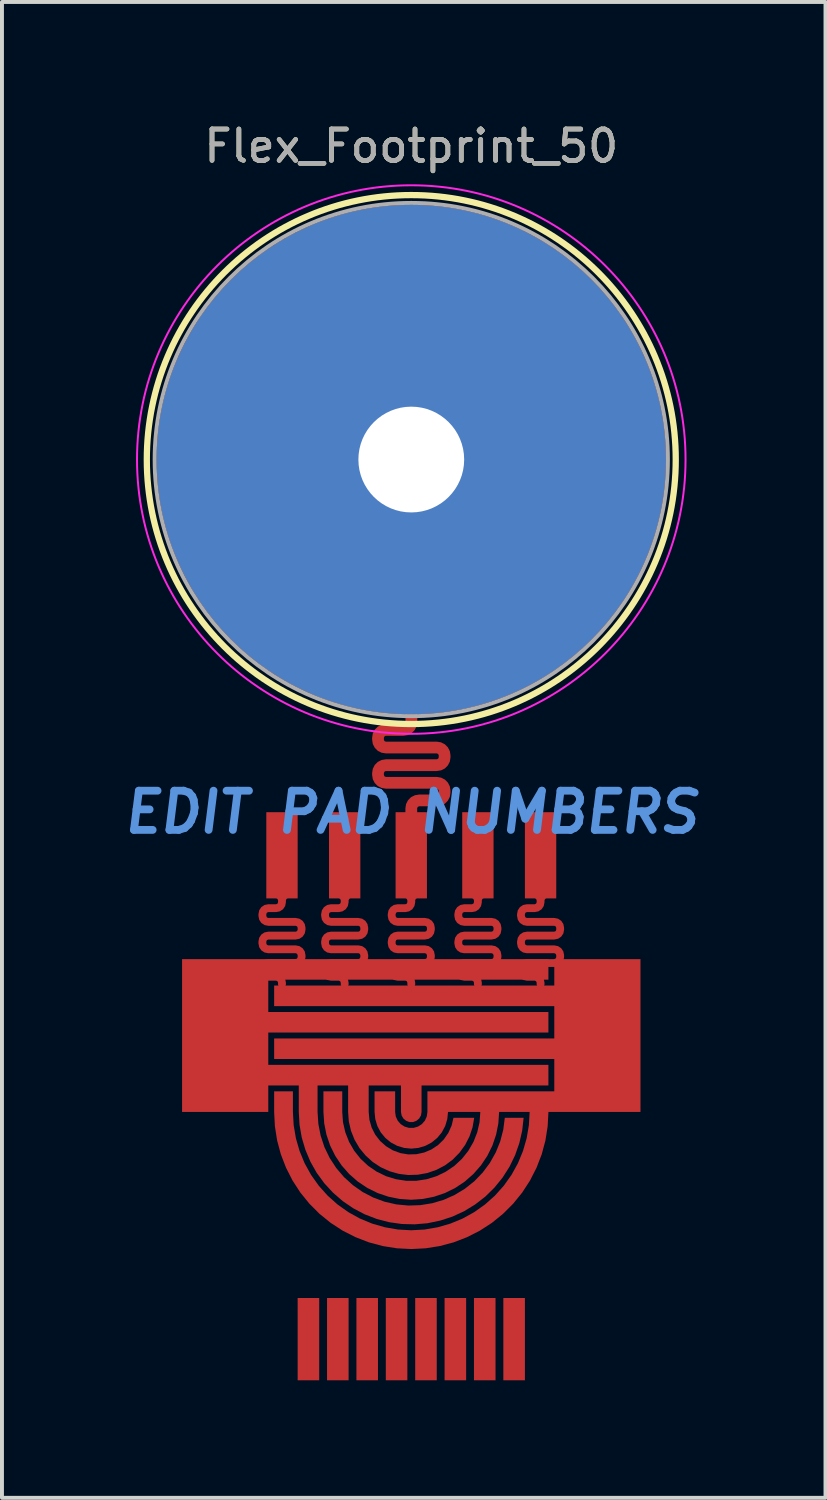
<source format=kicad_pcb>
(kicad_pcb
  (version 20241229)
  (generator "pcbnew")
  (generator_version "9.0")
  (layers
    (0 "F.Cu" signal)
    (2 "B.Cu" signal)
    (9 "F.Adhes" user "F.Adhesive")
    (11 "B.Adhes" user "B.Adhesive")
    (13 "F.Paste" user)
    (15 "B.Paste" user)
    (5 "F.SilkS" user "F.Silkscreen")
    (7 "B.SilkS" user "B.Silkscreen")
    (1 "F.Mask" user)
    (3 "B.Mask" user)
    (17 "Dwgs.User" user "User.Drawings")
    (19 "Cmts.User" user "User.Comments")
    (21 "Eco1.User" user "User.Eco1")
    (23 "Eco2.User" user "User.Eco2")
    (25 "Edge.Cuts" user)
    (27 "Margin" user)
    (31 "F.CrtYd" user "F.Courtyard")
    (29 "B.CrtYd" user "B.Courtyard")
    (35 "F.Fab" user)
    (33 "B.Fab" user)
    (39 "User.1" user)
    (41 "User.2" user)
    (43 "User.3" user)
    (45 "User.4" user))
  (footprint "Flex_Footprint_50"
    (layer "F.Cu")
    (at 7.447 8.679)
    (property "Reference" "Flex_Footprint_50" (at 0 -8 0) (layer "F.SilkS") (effects (font (size 0.8 0.8) (thickness 0.12))))
    (attr through_hole)
    (fp_circle (center 0 0) (end -6.75 0) (stroke (width 0.16) (type solid)) (fill no) (layer "F.SilkS"))
    (fp_circle (center 0 0) (end -7 0) (stroke (width 0.05) (type solid)) (fill no) (layer "F.CrtYd"))
    (fp_circle (center 0 0) (end -6.55 0) (stroke (width 0.1) (type solid)) (fill no) (layer "F.Fab"))
    (fp_text user "EDIT PAD NUMBERS" (at 0 9 0) (layer "Cmts.User") (effects (font (size 1 1) (thickness 0.2) (italic yes))))
    (fp_text user "${REFERENCE}" (at 0 -8 0) (layer "F.Fab") (effects (font (size 0.8 0.8) (thickness 0.12))))
    (pad "#" smd custom (at -4.85 13.75) (size 0.2 0.2) (layers "F.Cu" "F.Mask") (options (anchor circle)) (primitives (gr_poly (pts (xy 8.35 -0.475) (xy 1.2 -0.475) (xy 1.2 0.35) (xy 8.35 0.35) (xy 8.35 0.875) (xy 1.2 0.875) (xy 1.2 1.7) (xy 8.35 1.7) (xy 8.35 2.225) (xy 5.112 2.225) (xy 5.112 2.9) (xy 5.097 2.99) (xy 5.051 3.069) (xy 4.981 3.127) (xy 4.896 3.159) (xy 4.804 3.159) (xy 4.719 3.127) (xy 4.649 3.069) (xy 4.603 2.99) (xy 4.587 2.9) (xy 4.587 2.225) (xy 3.763 2.225) (xy 3.763 2.9) (xy 3.782 3.103) (xy 3.838 3.299) (xy 3.93 3.481) (xy 4.055 3.642) (xy 4.207 3.777) (xy 4.382 3.882) (xy 4.574 3.952) (xy 4.775 3.985) (xy 4.979 3.98) (xy 5.178 3.937) (xy 5.366 3.858) (xy 5.535 3.745) (xy 5.681 3.602) (xy 5.797 3.434) (xy 5.88 3.248) (xy 5.927 3.05) (xy 6.456 3.05) (xy 6.414 3.292) (xy 6.336 3.525) (xy 6.224 3.743) (xy 6.08 3.942) (xy 5.908 4.117) (xy 5.711 4.264) (xy 5.494 4.378) (xy 5.262 4.459) (xy 5.02 4.503) (xy 4.775 4.511) (xy 4.531 4.481) (xy 4.295 4.414) (xy 4.071 4.312) (xy 3.866 4.178) (xy 3.684 4.013) (xy 3.528 3.823) (xy 3.403 3.612) (xy 3.312 3.384) (xy 3.256 3.145) (xy 3.238 2.9) (xy 3.238 2.225) (xy 2.458 2.225) (xy 2.458 2.9) (xy 2.478 3.206) (xy 2.537 3.507) (xy 2.633 3.798) (xy 2.766 4.074) (xy 2.934 4.331) (xy 3.133 4.564) (xy 3.36 4.77) (xy 3.611 4.946) (xy 3.883 5.087) (xy 4.171 5.193) (xy 4.47 5.261) (xy 4.775 5.29) (xy 5.081 5.28) (xy 5.384 5.231) (xy 5.678 5.144) (xy 5.958 5.019) (xy 6.22 4.86) (xy 6.46 4.669) (xy 6.673 4.448) (xy 6.856 4.202) (xy 7.006 3.935) (xy 7.121 3.651) (xy 7.198 3.354) (xy 7.237 3.05) (xy 7.717 3.05) (xy 7.681 3.376) (xy 7.608 3.696) (xy 7.499 4.006) (xy 7.356 4.301) (xy 7.179 4.578) (xy 6.972 4.833) (xy 6.738 5.063) (xy 6.478 5.264) (xy 6.198 5.435) (xy 5.9 5.572) (xy 5.588 5.674) (xy 5.266 5.741) (xy 4.939 5.769) (xy 4.611 5.761) (xy 4.286 5.715) (xy 3.968 5.632) (xy 3.662 5.514) (xy 3.371 5.361) (xy 3.1 5.176) (xy 2.852 4.961) (xy 2.63 4.72) (xy 2.436 4.454) (xy 2.275 4.169) (xy 2.147 3.866) (xy 2.054 3.551) (xy 1.998 3.228) (xy 1.979 2.9) (xy 1.979 2.225) (xy 1.2 2.225) (xy 1.2 2.9) (xy -1 2.9) (xy -1 -1) (xy 8.35 -1)) (width 0) (fill yes))))
    (pad "#" smd custom (at -3.3 13.4) (size 0.1 0.1) (layers "F.Cu" "F.Mask") (options (anchor circle)) (primitives (gr_poly (pts (xy -0.15 -2.05) (xy -0.115 -2.065) (xy -0.1 -2.1) (xy -0.1 -2.15) (xy -0.115 -2.185) (xy -0.15 -2.2) (xy -0.4 -2.2) (xy -0.4 -4.4) (xy 0.4 -4.4) (xy 0.4 -2.2) (xy 0.15 -2.2) (xy 0.115 -2.185) (xy 0.1 -2.15) (xy 0.1 -2.1) (xy 0.081 -2.004) (xy 0.027 -1.923) (xy -0.054 -1.869) (xy -0.15 -1.85) (xy -0.35 -1.85) (xy -0.385 -1.835) (xy -0.4 -1.8) (xy -0.4 -1.75) (xy -0.385 -1.715) (xy -0.35 -1.7) (xy 0.35 -1.7) (xy 0.446 -1.681) (xy 0.527 -1.627) (xy 0.581 -1.546) (xy 0.6 -1.45) (xy 0.6 -1.4) (xy 0.581 -1.304) (xy 0.527 -1.223) (xy 0.446 -1.169) (xy 0.35 -1.15) (xy -0.35 -1.15) (xy -0.385 -1.135) (xy -0.4 -1.1) (xy -0.4 -1.05) (xy -0.385 -1.015) (xy -0.35 -1) (xy 0.35 -1) (xy 0.446 -0.981) (xy 0.527 -0.927) (xy 0.581 -0.846) (xy 0.6 -0.75) (xy 0.6 -0.7) (xy 0.581 -0.604) (xy 0.527 -0.523) (xy 0.446 -0.469) (xy 0.35 -0.45) (xy -0.35 -0.45) (xy -0.385 -0.435) (xy -0.4 -0.4) (xy -0.4 -0.35) (xy -0.385 -0.315) (xy -0.35 -0.3) (xy -0.15 -0.3) (xy -0.054 -0.281) (xy 0.027 -0.227) (xy 0.081 -0.146) (xy 0.1 -0.05) (xy 0.1 0) (xy 0.081 0.059) (xy 0.031 0.095) (xy -0.031 0.095) (xy -0.081 0.059) (xy -0.1 0) (xy -0.1 -0.05) (xy -0.115 -0.085) (xy -0.15 -0.1) (xy -0.35 -0.1) (xy -0.446 -0.119) (xy -0.527 -0.173) (xy -0.581 -0.254) (xy -0.6 -0.35) (xy -0.6 -0.4) (xy -0.581 -0.496) (xy -0.527 -0.577) (xy -0.446 -0.631) (xy -0.35 -0.65) (xy 0.35 -0.65) (xy 0.385 -0.665) (xy 0.4 -0.7) (xy 0.4 -0.75) (xy 0.385 -0.785) (xy 0.35 -0.8) (xy -0.35 -0.8) (xy -0.446 -0.819) (xy -0.527 -0.873) (xy -0.581 -0.954) (xy -0.6 -1.05) (xy -0.6 -1.1) (xy -0.581 -1.196) (xy -0.527 -1.277) (xy -0.446 -1.331) (xy -0.35 -1.35) (xy 0.35 -1.35) (xy 0.385 -1.365) (xy 0.4 -1.4) (xy 0.4 -1.45) (xy 0.385 -1.485) (xy 0.35 -1.5) (xy -0.35 -1.5) (xy -0.446 -1.519) (xy -0.527 -1.573) (xy -0.581 -1.654) (xy -0.6 -1.75) (xy -0.6 -1.8) (xy -0.581 -1.896) (xy -0.527 -1.977) (xy -0.446 -2.031) (xy -0.35 -2.05)) (width 0) (fill yes))))
    (pad "#" smd custom (at -2.625 22.45) (size 0.2 0.2) (layers "F.Cu" "F.Mask") (options (anchor circle)) (primitives (gr_poly (pts (xy -0.275 -1.05) (xy -0.275 1.05) (xy 0.275 1.05) (xy 0.275 -1.05)) (width 0) (fill yes))))
    (pad "#" smd custom (at -1.875 22.45) (size 0.2 0.2) (layers "F.Cu" "F.Mask") (options (anchor circle)) (primitives (gr_poly (pts (xy 0.275 -1.05) (xy 0.275 1.05) (xy -0.275 1.05) (xy -0.275 -1.05)) (width 0) (fill yes))))
    (pad "#" smd custom (at -1.7 13.4) (size 0.1 0.1) (layers "F.Cu" "F.Mask") (options (anchor circle)) (primitives (gr_poly (pts (xy -0.15 -2.05) (xy -0.115 -2.065) (xy -0.1 -2.1) (xy -0.1 -2.15) (xy -0.115 -2.185) (xy -0.15 -2.2) (xy -0.4 -2.2) (xy -0.4 -4.4) (xy 0.4 -4.4) (xy 0.4 -2.2) (xy 0.15 -2.2) (xy 0.115 -2.185) (xy 0.1 -2.15) (xy 0.1 -2.1) (xy 0.081 -2.004) (xy 0.027 -1.923) (xy -0.054 -1.869) (xy -0.15 -1.85) (xy -0.35 -1.85) (xy -0.385 -1.835) (xy -0.4 -1.8) (xy -0.4 -1.75) (xy -0.385 -1.715) (xy -0.35 -1.7) (xy 0.35 -1.7) (xy 0.446 -1.681) (xy 0.527 -1.627) (xy 0.581 -1.546) (xy 0.6 -1.45) (xy 0.6 -1.4) (xy 0.581 -1.304) (xy 0.527 -1.223) (xy 0.446 -1.169) (xy 0.35 -1.15) (xy -0.35 -1.15) (xy -0.385 -1.135) (xy -0.4 -1.1) (xy -0.4 -1.05) (xy -0.385 -1.015) (xy -0.35 -1) (xy 0.35 -1) (xy 0.446 -0.981) (xy 0.527 -0.927) (xy 0.581 -0.846) (xy 0.6 -0.75) (xy 0.6 -0.7) (xy 0.581 -0.604) (xy 0.527 -0.523) (xy 0.446 -0.469) (xy 0.35 -0.45) (xy -0.35 -0.45) (xy -0.385 -0.435) (xy -0.4 -0.4) (xy -0.4 -0.35) (xy -0.385 -0.315) (xy -0.35 -0.3) (xy -0.15 -0.3) (xy -0.054 -0.281) (xy 0.027 -0.227) (xy 0.081 -0.146) (xy 0.1 -0.05) (xy 0.1 0) (xy 0.081 0.059) (xy 0.031 0.095) (xy -0.031 0.095) (xy -0.081 0.059) (xy -0.1 0) (xy -0.1 -0.05) (xy -0.115 -0.085) (xy -0.15 -0.1) (xy -0.35 -0.1) (xy -0.446 -0.119) (xy -0.527 -0.173) (xy -0.581 -0.254) (xy -0.6 -0.35) (xy -0.6 -0.4) (xy -0.581 -0.496) (xy -0.527 -0.577) (xy -0.446 -0.631) (xy -0.35 -0.65) (xy 0.35 -0.65) (xy 0.385 -0.665) (xy 0.4 -0.7) (xy 0.4 -0.75) (xy 0.385 -0.785) (xy 0.35 -0.8) (xy -0.35 -0.8) (xy -0.446 -0.819) (xy -0.527 -0.873) (xy -0.581 -0.954) (xy -0.6 -1.05) (xy -0.6 -1.1) (xy -0.581 -1.196) (xy -0.527 -1.277) (xy -0.446 -1.331) (xy -0.35 -1.35) (xy 0.35 -1.35) (xy 0.385 -1.365) (xy 0.4 -1.4) (xy 0.4 -1.45) (xy 0.385 -1.485) (xy 0.35 -1.5) (xy -0.35 -1.5) (xy -0.446 -1.519) (xy -0.527 -1.573) (xy -0.581 -1.654) (xy -0.6 -1.75) (xy -0.6 -1.8) (xy -0.581 -1.896) (xy -0.527 -1.977) (xy -0.446 -2.031) (xy -0.35 -2.05)) (width 0) (fill yes))))
    (pad "#" smd custom (at -1.125 22.45) (size 0.2 0.2) (layers "F.Cu" "F.Mask") (options (anchor circle)) (primitives (gr_poly (pts (xy 0.275 -1.05) (xy 0.275 1.05) (xy -0.275 1.05) (xy -0.275 -1.05)) (width 0) (fill yes))))
    (pad "#" smd custom (at -0.375 22.45) (size 0.2 0.2) (layers "F.Cu" "F.Mask") (options (anchor circle)) (primitives (gr_poly (pts (xy 0.275 1.05) (xy -0.275 1.05) (xy -0.275 -1.05) (xy 0.275 -1.05)) (width 0) (fill yes))))
    (pad "#" thru_hole circle (at 0 0) (size 13 13) (drill 2.7) (layers "*.Cu" "*.Mask"))
    (pad "#" smd custom (at 0 9.033) (size 0.073 0.073) (layers "F.Cu" "F.Mask") (options (anchor circle)) (primitives (gr_poly (pts (xy -0.198 -2.283) (xy -0.162 -2.297) (xy -0.148 -2.333) (xy -0.148 -2.595) (xy 0.152 -2.595) (xy 0.152 -2.333) (xy 0.135 -2.224) (xy 0.085 -2.127) (xy 0.008 -2.049) (xy -0.09 -2) (xy -0.198 -1.983) (xy -0.649 -1.983) (xy -0.684 -1.968) (xy -0.699 -1.933) (xy -0.699 -1.883) (xy -0.684 -1.847) (xy -0.649 -1.833) (xy 0.651 -1.833) (xy 0.759 -1.815) (xy 0.857 -1.766) (xy 0.934 -1.688) (xy 0.984 -1.591) (xy 1.001 -1.483) (xy 1.001 -1.433) (xy 0.984 -1.324) (xy 0.934 -1.227) (xy 0.857 -1.149) (xy 0.759 -1.1) (xy 0.651 -1.083) (xy -0.649 -1.083) (xy -0.684 -1.068) (xy -0.699 -1.033) (xy -0.699 -0.983) (xy -0.684 -0.947) (xy -0.649 -0.933) (xy 0.651 -0.933) (xy 0.759 -0.915) (xy 0.857 -0.866) (xy 0.934 -0.788) (xy 0.984 -0.691) (xy 1.001 -0.583) (xy 1.001 -0.533) (xy 0.984 -0.424) (xy 0.934 -0.327) (xy 0.857 -0.249) (xy 0.759 -0.2) (xy 0.651 -0.183) (xy 0.2 -0.183) (xy 0.165 -0.168) (xy 0.15 -0.133) (xy 0.15 0) (xy 0.135 0.065) (xy 0.094 0.117) (xy 0.033 0.146) (xy -0.033 0.146) (xy -0.094 0.117) (xy -0.135 0.065) (xy -0.15 0) (xy -0.15 -0.133) (xy -0.133 -0.241) (xy -0.083 -0.338) (xy -0.006 -0.416) (xy 0.092 -0.465) (xy 0.2 -0.483) (xy 0.651 -0.483) (xy 0.686 -0.497) (xy 0.701 -0.533) (xy 0.701 -0.583) (xy 0.686 -0.618) (xy 0.651 -0.633) (xy -0.649 -0.633) (xy -0.757 -0.65) (xy -0.855 -0.699) (xy -0.932 -0.777) (xy -0.982 -0.874) (xy -0.999 -0.983) (xy -0.999 -1.033) (xy -0.982 -1.141) (xy -0.932 -1.238) (xy -0.855 -1.316) (xy -0.757 -1.365) (xy -0.649 -1.383) (xy 0.651 -1.383) (xy 0.686 -1.397) (xy 0.701 -1.433) (xy 0.701 -1.483) (xy 0.686 -1.518) (xy 0.651 -1.533) (xy -0.649 -1.533) (xy -0.757 -1.55) (xy -0.855 -1.599) (xy -0.932 -1.677) (xy -0.982 -1.774) (xy -0.999 -1.883) (xy -0.999 -1.933) (xy -0.982 -2.041) (xy -0.932 -2.138) (xy -0.855 -2.216) (xy -0.757 -2.265) (xy -0.649 -2.283)) (width 0) (fill yes))))
    (pad "#" smd custom (at 0 9.033) (size 0.073 0.073) (layers "F.Cu" "F.Mask") (options (anchor circle)) (primitives (gr_poly (pts (xy -0.15 2.317) (xy -0.115 2.302) (xy -0.1 2.267) (xy -0.1 2.217) (xy -0.115 2.181) (xy -0.15 2.167) (xy -0.4 2.167) (xy -0.4 -0.033) (xy 0.4 -0.033) (xy 0.4 2.167) (xy 0.15 2.167) (xy 0.115 2.181) (xy 0.1 2.217) (xy 0.1 2.267) (xy 0.081 2.362) (xy 0.027 2.444) (xy -0.054 2.498) (xy -0.15 2.517) (xy -0.35 2.517) (xy -0.385 2.531) (xy -0.4 2.567) (xy -0.4 2.617) (xy -0.385 2.652) (xy -0.35 2.667) (xy 0.35 2.667) (xy 0.446 2.686) (xy 0.527 2.74) (xy 0.581 2.821) (xy 0.6 2.917) (xy 0.6 2.967) (xy 0.581 3.062) (xy 0.527 3.144) (xy 0.446 3.198) (xy 0.35 3.217) (xy -0.35 3.217) (xy -0.385 3.231) (xy -0.4 3.267) (xy -0.4 3.317) (xy -0.385 3.352) (xy -0.35 3.367) (xy 0.35 3.367) (xy 0.446 3.386) (xy 0.527 3.44) (xy 0.581 3.521) (xy 0.6 3.617) (xy 0.6 3.667) (xy 0.581 3.762) (xy 0.527 3.844) (xy 0.446 3.898) (xy 0.35 3.917) (xy -0.35 3.917) (xy -0.385 3.931) (xy -0.4 3.967) (xy -0.4 4.017) (xy -0.385 4.052) (xy -0.35 4.067) (xy -0.15 4.067) (xy -0.054 4.086) (xy 0.027 4.14) (xy 0.081 4.221) (xy 0.1 4.317) (xy 0.1 4.367) (xy 0.081 4.426) (xy 0.031 4.462) (xy -0.031 4.462) (xy -0.081 4.426) (xy -0.1 4.367) (xy -0.1 4.317) (xy -0.115 4.281) (xy -0.15 4.267) (xy -0.35 4.267) (xy -0.446 4.248) (xy -0.527 4.194) (xy -0.581 4.112) (xy -0.6 4.017) (xy -0.6 3.967) (xy -0.581 3.871) (xy -0.527 3.79) (xy -0.446 3.736) (xy -0.35 3.717) (xy 0.35 3.717) (xy 0.385 3.702) (xy 0.4 3.667) (xy 0.4 3.617) (xy 0.385 3.581) (xy 0.35 3.567) (xy -0.35 3.567) (xy -0.446 3.548) (xy -0.527 3.494) (xy -0.581 3.412) (xy -0.6 3.317) (xy -0.6 3.267) (xy -0.581 3.171) (xy -0.527 3.09) (xy -0.446 3.036) (xy -0.35 3.017) (xy 0.35 3.017) (xy 0.385 3.002) (xy 0.4 2.967) (xy 0.4 2.917) (xy 0.385 2.881) (xy 0.35 2.867) (xy -0.35 2.867) (xy -0.446 2.848) (xy -0.527 2.794) (xy -0.581 2.712) (xy -0.6 2.617) (xy -0.6 2.567) (xy -0.581 2.471) (xy -0.527 2.39) (xy -0.446 2.336) (xy -0.35 2.317)) (width 0) (fill yes))))
    (pad "#" smd custom (at 0.375 22.45) (size 0.2 0.2) (layers "F.Cu" "F.Mask") (options (anchor circle)) (primitives (gr_poly (pts (xy 0.275 -1.05) (xy 0.275 1.05) (xy -0.275 1.05) (xy -0.275 -1.05)) (width 0) (fill yes))))
    (pad "#" smd custom (at 1.125 22.45) (size 0.2 0.2) (layers "F.Cu" "F.Mask") (options (anchor circle)) (primitives (gr_poly (pts (xy 0.275 -1.05) (xy 0.275 1.05) (xy -0.275 1.05) (xy -0.275 -1.05)) (width 0) (fill yes))))
    (pad "#" smd custom (at 1.7 13.4) (size 0.1 0.1) (layers "F.Cu" "F.Mask") (options (anchor circle)) (primitives (gr_poly (pts (xy -0.15 -2.05) (xy -0.115 -2.065) (xy -0.1 -2.1) (xy -0.1 -2.15) (xy -0.115 -2.185) (xy -0.15 -2.2) (xy -0.4 -2.2) (xy -0.4 -4.4) (xy 0.4 -4.4) (xy 0.4 -2.2) (xy 0.15 -2.2) (xy 0.115 -2.185) (xy 0.1 -2.15) (xy 0.1 -2.1) (xy 0.081 -2.004) (xy 0.027 -1.923) (xy -0.054 -1.869) (xy -0.15 -1.85) (xy -0.35 -1.85) (xy -0.385 -1.835) (xy -0.4 -1.8) (xy -0.4 -1.75) (xy -0.385 -1.715) (xy -0.35 -1.7) (xy 0.35 -1.7) (xy 0.446 -1.681) (xy 0.527 -1.627) (xy 0.581 -1.546) (xy 0.6 -1.45) (xy 0.6 -1.4) (xy 0.581 -1.304) (xy 0.527 -1.223) (xy 0.446 -1.169) (xy 0.35 -1.15) (xy -0.35 -1.15) (xy -0.385 -1.135) (xy -0.4 -1.1) (xy -0.4 -1.05) (xy -0.385 -1.015) (xy -0.35 -1) (xy 0.35 -1) (xy 0.446 -0.981) (xy 0.527 -0.927) (xy 0.581 -0.846) (xy 0.6 -0.75) (xy 0.6 -0.7) (xy 0.581 -0.604) (xy 0.527 -0.523) (xy 0.446 -0.469) (xy 0.35 -0.45) (xy -0.35 -0.45) (xy -0.385 -0.435) (xy -0.4 -0.4) (xy -0.4 -0.35) (xy -0.385 -0.315) (xy -0.35 -0.3) (xy -0.15 -0.3) (xy -0.054 -0.281) (xy 0.027 -0.227) (xy 0.081 -0.146) (xy 0.1 -0.05) (xy 0.1 0) (xy 0.081 0.059) (xy 0.031 0.095) (xy -0.031 0.095) (xy -0.081 0.059) (xy -0.1 0) (xy -0.1 -0.05) (xy -0.115 -0.085) (xy -0.15 -0.1) (xy -0.35 -0.1) (xy -0.446 -0.119) (xy -0.527 -0.173) (xy -0.581 -0.254) (xy -0.6 -0.35) (xy -0.6 -0.4) (xy -0.581 -0.496) (xy -0.527 -0.577) (xy -0.446 -0.631) (xy -0.35 -0.65) (xy 0.35 -0.65) (xy 0.385 -0.665) (xy 0.4 -0.7) (xy 0.4 -0.75) (xy 0.385 -0.785) (xy 0.35 -0.8) (xy -0.35 -0.8) (xy -0.446 -0.819) (xy -0.527 -0.873) (xy -0.581 -0.954) (xy -0.6 -1.05) (xy -0.6 -1.1) (xy -0.581 -1.196) (xy -0.527 -1.277) (xy -0.446 -1.331) (xy -0.35 -1.35) (xy 0.35 -1.35) (xy 0.385 -1.365) (xy 0.4 -1.4) (xy 0.4 -1.45) (xy 0.385 -1.485) (xy 0.35 -1.5) (xy -0.35 -1.5) (xy -0.446 -1.519) (xy -0.527 -1.573) (xy -0.581 -1.654) (xy -0.6 -1.75) (xy -0.6 -1.8) (xy -0.581 -1.896) (xy -0.527 -1.977) (xy -0.446 -2.031) (xy -0.35 -2.05)) (width 0) (fill yes))))
    (pad "#" smd custom (at 1.875 22.45) (size 0.2 0.2) (layers "F.Cu" "F.Mask") (options (anchor circle)) (primitives (gr_poly (pts (xy 0.275 -1.05) (xy 0.275 1.05) (xy -0.275 1.05) (xy -0.275 -1.05)) (width 0) (fill yes))))
    (pad "#" smd custom (at 2.625 22.45) (size 0.2 0.2) (layers "F.Cu" "F.Mask") (options (anchor circle)) (primitives (gr_poly (pts (xy 0.275 -1.05) (xy 0.275 1.05) (xy -0.275 1.05) (xy -0.275 -1.05)) (width 0) (fill yes))))
    (pad "#" smd custom (at 3.3 13.4) (size 0.1 0.1) (layers "F.Cu" "F.Mask") (options (anchor circle)) (primitives (gr_poly (pts (xy -0.15 -2.05) (xy -0.115 -2.065) (xy -0.1 -2.1) (xy -0.1 -2.15) (xy -0.115 -2.185) (xy -0.15 -2.2) (xy -0.4 -2.2) (xy -0.4 -4.4) (xy 0.4 -4.4) (xy 0.4 -2.2) (xy 0.15 -2.2) (xy 0.115 -2.185) (xy 0.1 -2.15) (xy 0.1 -2.1) (xy 0.081 -2.004) (xy 0.027 -1.923) (xy -0.054 -1.869) (xy -0.15 -1.85) (xy -0.35 -1.85) (xy -0.385 -1.835) (xy -0.4 -1.8) (xy -0.4 -1.75) (xy -0.385 -1.715) (xy -0.35 -1.7) (xy 0.35 -1.7) (xy 0.446 -1.681) (xy 0.527 -1.627) (xy 0.581 -1.546) (xy 0.6 -1.45) (xy 0.6 -1.4) (xy 0.581 -1.304) (xy 0.527 -1.223) (xy 0.446 -1.169) (xy 0.35 -1.15) (xy -0.35 -1.15) (xy -0.385 -1.135) (xy -0.4 -1.1) (xy -0.4 -1.05) (xy -0.385 -1.015) (xy -0.35 -1) (xy 0.35 -1) (xy 0.446 -0.981) (xy 0.527 -0.927) (xy 0.581 -0.846) (xy 0.6 -0.75) (xy 0.6 -0.7) (xy 0.581 -0.604) (xy 0.527 -0.523) (xy 0.446 -0.469) (xy 0.35 -0.45) (xy -0.35 -0.45) (xy -0.385 -0.435) (xy -0.4 -0.4) (xy -0.4 -0.35) (xy -0.385 -0.315) (xy -0.35 -0.3) (xy -0.15 -0.3) (xy -0.054 -0.281) (xy 0.027 -0.227) (xy 0.081 -0.146) (xy 0.1 -0.05) (xy 0.1 0) (xy 0.081 0.059) (xy 0.031 0.095) (xy -0.031 0.095) (xy -0.081 0.059) (xy -0.1 0) (xy -0.1 -0.05) (xy -0.115 -0.085) (xy -0.15 -0.1) (xy -0.35 -0.1) (xy -0.446 -0.119) (xy -0.527 -0.173) (xy -0.581 -0.254) (xy -0.6 -0.35) (xy -0.6 -0.4) (xy -0.581 -0.496) (xy -0.527 -0.577) (xy -0.446 -0.631) (xy -0.35 -0.65) (xy 0.35 -0.65) (xy 0.385 -0.665) (xy 0.4 -0.7) (xy 0.4 -0.75) (xy 0.385 -0.785) (xy 0.35 -0.8) (xy -0.35 -0.8) (xy -0.446 -0.819) (xy -0.527 -0.873) (xy -0.581 -0.954) (xy -0.6 -1.05) (xy -0.6 -1.1) (xy -0.581 -1.196) (xy -0.527 -1.277) (xy -0.446 -1.331) (xy -0.35 -1.35) (xy 0.35 -1.35) (xy 0.385 -1.365) (xy 0.4 -1.4) (xy 0.4 -1.45) (xy 0.385 -1.485) (xy 0.35 -1.5) (xy -0.35 -1.5) (xy -0.446 -1.519) (xy -0.527 -1.573) (xy -0.581 -1.654) (xy -0.6 -1.75) (xy -0.6 -1.8) (xy -0.581 -1.896) (xy -0.527 -1.977) (xy -0.446 -2.031) (xy -0.35 -2.05)) (width 0) (fill yes))))
    (pad "#" smd custom (at 4.85 13.75) (size 0.2 0.2) (layers "F.Cu" "F.Mask") (options (anchor circle)) (primitives (gr_poly (pts (xy -8.331 3.266) (xy -8.274 3.628) (xy -8.179 3.982) (xy -8.047 4.324) (xy -7.881 4.65) (xy -7.682 4.957) (xy -7.451 5.242) (xy -7.192 5.501) (xy -6.907 5.732) (xy -6.6 5.931) (xy -6.274 6.097) (xy -5.932 6.229) (xy -5.578 6.324) (xy -5.216 6.381) (xy -4.85 6.4) (xy -4.484 6.381) (xy -4.122 6.324) (xy -3.768 6.229) (xy -3.426 6.097) (xy -3.1 5.931) (xy -2.793 5.732) (xy -2.508 5.501) (xy -2.249 5.242) (xy -2.018 4.957) (xy -1.819 4.65) (xy -1.653 4.324) (xy -1.521 3.982) (xy -1.426 3.628) (xy -1.369 3.266) (xy -1.35 2.9) (xy 1 2.9) (xy 1 -1) (xy -1.2 -1) (xy -1.2 -0.325) (xy -8.35 -0.325) (xy -8.35 0.2) (xy -1.2 0.2) (xy -1.2 1.025) (xy -8.35 1.025) (xy -8.35 1.55) (xy -1.2 1.55) (xy -1.2 2.375) (xy -4.438 2.375) (xy -4.438 2.9) (xy -4.454 3.016) (xy -4.503 3.123) (xy -4.58 3.212) (xy -4.679 3.275) (xy -4.791 3.308) (xy -4.909 3.308) (xy -5.021 3.275) (xy -5.12 3.212) (xy -5.197 3.123) (xy -5.246 3.016) (xy -5.262 2.9) (xy -5.262 2.375) (xy -5.787 2.375) (xy -5.787 2.9) (xy -5.769 3.083) (xy -5.716 3.259) (xy -5.63 3.421) (xy -5.513 3.563) (xy -5.371 3.68) (xy -5.209 3.766) (xy -5.033 3.819) (xy -4.85 3.837) (xy -4.667 3.819) (xy -4.491 3.766) (xy -4.329 3.68) (xy -4.187 3.563) (xy -4.07 3.421) (xy -3.984 3.259) (xy -3.931 3.083) (xy -3.912 2.9) (xy -3.088 2.9) (xy -3.107 3.163) (xy -3.166 3.42) (xy -3.262 3.665) (xy -3.394 3.893) (xy -3.558 4.099) (xy -3.751 4.278) (xy -3.969 4.426) (xy -4.206 4.541) (xy -4.458 4.618) (xy -4.718 4.658) (xy -4.982 4.658) (xy -5.242 4.618) (xy -5.494 4.541) (xy -5.731 4.426) (xy -5.949 4.278) (xy -6.142 4.099) (xy -6.306 3.893) (xy -6.438 3.665) (xy -6.534 3.42) (xy -6.593 3.163) (xy -6.612 2.9) (xy -6.612 2.375) (xy -7.092 2.375) (xy -7.092 2.9) (xy -7.072 3.193) (xy -7.015 3.48) (xy -6.921 3.758) (xy -6.791 4.021) (xy -6.628 4.265) (xy -6.435 4.485) (xy -6.215 4.678) (xy -5.971 4.841) (xy -5.708 4.971) (xy -5.43 5.065) (xy -5.143 5.122) (xy -4.85 5.142) (xy -4.557 5.122) (xy -4.27 5.065) (xy -3.992 4.971) (xy -3.729 4.841) (xy -3.485 4.678) (xy -3.265 4.485) (xy -3.072 4.265) (xy -2.909 4.021) (xy -2.779 3.758) (xy -2.685 3.48) (xy -2.628 3.193) (xy -2.608 2.9) (xy -1.829 2.9) (xy -1.848 3.238) (xy -1.905 3.572) (xy -1.999 3.898) (xy -2.128 4.211) (xy -2.292 4.507) (xy -2.488 4.783) (xy -2.714 5.036) (xy -2.967 5.262) (xy -3.243 5.458) (xy -3.539 5.622) (xy -3.852 5.751) (xy -4.178 5.845) (xy -4.512 5.902) (xy -4.85 5.921) (xy -5.188 5.902) (xy -5.522 5.845) (xy -5.848 5.751) (xy -6.161 5.622) (xy -6.457 5.458) (xy -6.733 5.262) (xy -6.986 5.036) (xy -7.212 4.783) (xy -7.408 4.507) (xy -7.572 4.211) (xy -7.701 3.898) (xy -7.795 3.572) (xy -7.852 3.238) (xy -7.871 2.9) (xy -7.871 2.375) (xy -8.35 2.375) (xy -8.35 2.9)) (width 0) (fill yes)))))
  (gr_rect
    (start -3 -3)
    (end 18.019 35.179)
    (stroke (width 0.1) (type default))
    (fill no)
    (layer "Edge.Cuts")))
</source>
